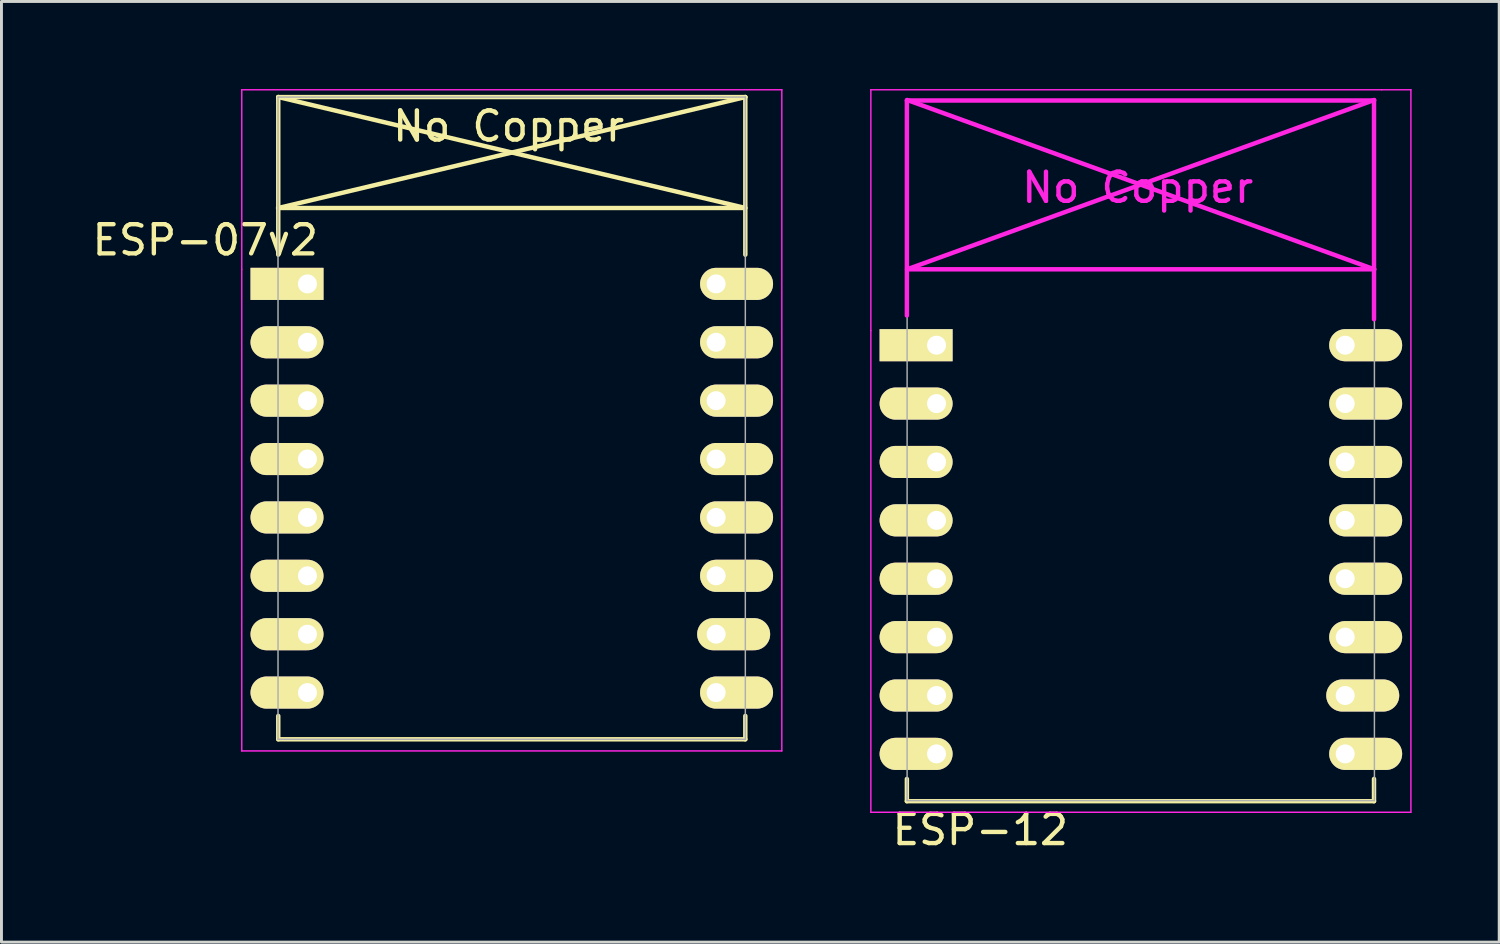
<source format=kicad_pcb>
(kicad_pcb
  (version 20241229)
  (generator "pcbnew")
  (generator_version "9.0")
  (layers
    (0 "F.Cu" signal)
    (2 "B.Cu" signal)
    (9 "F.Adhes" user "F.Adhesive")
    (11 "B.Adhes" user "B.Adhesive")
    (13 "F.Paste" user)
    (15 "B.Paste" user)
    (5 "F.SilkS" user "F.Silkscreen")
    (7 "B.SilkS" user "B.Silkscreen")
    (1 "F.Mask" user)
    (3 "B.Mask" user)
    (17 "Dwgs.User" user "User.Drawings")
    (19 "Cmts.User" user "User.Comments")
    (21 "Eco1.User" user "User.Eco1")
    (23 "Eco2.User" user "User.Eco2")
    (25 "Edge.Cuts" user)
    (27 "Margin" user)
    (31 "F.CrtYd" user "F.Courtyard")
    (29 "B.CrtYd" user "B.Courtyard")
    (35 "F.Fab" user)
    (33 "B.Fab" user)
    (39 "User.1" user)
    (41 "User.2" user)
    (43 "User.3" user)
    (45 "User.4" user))
  (footprint "ESP-12"
    (layer "F.Cu")
    (at 29.032 8.775)
    (property "Reference" "ESP-12" (at 1.5 16.6 0) (layer "F.SilkS") (effects (font (size 1 1) (thickness 0.15))))
    (attr through_hole)
    (fp_line (start -1.016 14.859) (end -1.016 15.621) (stroke (width 0.152) (type solid)) (layer "F.SilkS"))
    (fp_line (start -1.016 15.621) (end 14.986 15.621) (stroke (width 0.152) (type solid)) (layer "F.SilkS"))
    (fp_line (start 14.986 15.621) (end 14.986 14.859) (stroke (width 0.152) (type solid)) (layer "F.SilkS"))
    (fp_line (start -2.25 -8.75) (end 15.25 -8.75) (stroke (width 0.05) (type solid)) (layer "F.CrtYd"))
    (fp_line (start -2.25 -0.5) (end -2.25 -8.75) (stroke (width 0.05) (type solid)) (layer "F.CrtYd"))
    (fp_line (start -2.25 16) (end -2.25 -0.5) (stroke (width 0.05) (type solid)) (layer "F.CrtYd"))
    (fp_line (start -1.016 -8.382) (end -1.016 -1.016) (stroke (width 0.152) (type solid)) (layer "F.CrtYd"))
    (fp_line (start -1.016 -8.382) (end 14.986 -8.382) (stroke (width 0.152) (type solid)) (layer "F.CrtYd"))
    (fp_line (start -1.008 -8.4) (end 14.992 -2.6) (stroke (width 0.152) (type solid)) (layer "F.CrtYd"))
    (fp_line (start -1.008 -2.6) (end 14.992 -2.6) (stroke (width 0.152) (type solid)) (layer "F.CrtYd"))
    (fp_line (start 14.986 -8.382) (end 14.986 -0.889) (stroke (width 0.152) (type solid)) (layer "F.CrtYd"))
    (fp_line (start 14.992 -8.4) (end -1.008 -2.6) (stroke (width 0.152) (type solid)) (layer "F.CrtYd"))
    (fp_line (start 15.25 -8.75) (end 16.25 -8.75) (stroke (width 0.05) (type solid)) (layer "F.CrtYd"))
    (fp_line (start 16.25 -8.75) (end 16.25 16) (stroke (width 0.05) (type solid)) (layer "F.CrtYd"))
    (fp_line (start 16.25 16) (end -2.25 16) (stroke (width 0.05) (type solid)) (layer "F.CrtYd"))
    (fp_line (start -1.008 -8.4) (end 14.992 -8.4) (stroke (width 0.05) (type solid)) (layer "F.Fab"))
    (fp_line (start -1.008 15.6) (end -1.008 -8.4) (stroke (width 0.05) (type solid)) (layer "F.Fab"))
    (fp_line (start 14.992 15.6) (end -1.008 15.6) (stroke (width 0.05) (type solid)) (layer "F.Fab"))
    (fp_line (start 15 -8.4) (end 15 15.6) (stroke (width 0.05) (type solid)) (layer "F.Fab"))
    (fp_text user "No Copper" (at 6.892 -5.4 0) (layer "F.CrtYd") (effects (font (size 1 1) (thickness 0.15))))
    (pad "1" thru_hole rect (at 0 0) (size 2.5 1.1) (drill 0.65 (offset -0.7 0)) (layers "*.Cu" "*.Mask" "F.SilkS"))
    (pad "2" thru_hole oval (at 0 2) (size 2.5 1.1) (drill 0.65 (offset -0.7 0)) (layers "*.Cu" "*.Mask" "F.SilkS"))
    (pad "3" thru_hole oval (at 0 4) (size 2.5 1.1) (drill 0.65 (offset -0.7 0)) (layers "*.Cu" "*.Mask" "F.SilkS"))
    (pad "4" thru_hole oval (at 0 6) (size 2.5 1.1) (drill 0.65 (offset -0.7 0)) (layers "*.Cu" "*.Mask" "F.SilkS"))
    (pad "5" thru_hole oval (at 0 8) (size 2.5 1.1) (drill 0.65 (offset -0.7 0)) (layers "*.Cu" "*.Mask" "F.SilkS"))
    (pad "6" thru_hole oval (at 0 10) (size 2.5 1.1) (drill 0.65 (offset -0.7 0)) (layers "*.Cu" "*.Mask" "F.SilkS"))
    (pad "7" thru_hole oval (at 0 12) (size 2.5 1.1) (drill 0.65 (offset -0.7 0)) (layers "*.Cu" "*.Mask" "F.SilkS"))
    (pad "8" thru_hole oval (at 0 14) (size 2.5 1.1) (drill 0.65 (offset -0.7 0)) (layers "*.Cu" "*.Mask" "F.SilkS"))
    (pad "9" thru_hole oval (at 14 14) (size 2.5 1.1) (drill 0.65 (offset 0.7 0)) (layers "*.Cu" "*.Mask" "F.SilkS"))
    (pad "10" thru_hole oval (at 14 12) (size 2.5 1.1) (drill 0.65 (offset 0.6 0)) (layers "*.Cu" "*.Mask" "F.SilkS"))
    (pad "11" thru_hole oval (at 14 10) (size 2.5 1.1) (drill 0.65 (offset 0.7 0)) (layers "*.Cu" "*.Mask" "F.SilkS"))
    (pad "12" thru_hole oval (at 14 8) (size 2.5 1.1) (drill 0.65 (offset 0.7 0)) (layers "*.Cu" "*.Mask" "F.SilkS"))
    (pad "13" thru_hole oval (at 14 6) (size 2.5 1.1) (drill 0.65 (offset 0.7 0)) (layers "*.Cu" "*.Mask" "F.SilkS"))
    (pad "14" thru_hole oval (at 14 4) (size 2.5 1.1) (drill 0.65 (offset 0.7 0)) (layers "*.Cu" "*.Mask" "F.SilkS"))
    (pad "15" thru_hole oval (at 14 2) (size 2.5 1.1) (drill 0.65 (offset 0.7 0)) (layers "*.Cu" "*.Mask" "F.SilkS"))
    (pad "16" thru_hole oval (at 14 0) (size 2.5 1.1) (drill 0.65 (offset 0.7 0)) (layers "*.Cu" "*.Mask" "F.SilkS")))
  (footprint "ESP-07v2"
    (layer "F.Cu")
    (at 7.482 6.675)
    (property "Reference" "ESP-07v2" (at -3.5 -1.5 0) (layer "F.SilkS") (effects (font (size 1 1) (thickness 0.15))))
    (attr through_hole)
    (fp_line (start -1.008 -2.6) (end 14.992 -2.6) (stroke (width 0.152) (type solid)) (layer "F.SilkS"))
    (fp_line (start -1 -6.4) (end -1 -1) (stroke (width 0.152) (type solid)) (layer "F.SilkS"))
    (fp_line (start -1 -6.4) (end 15 -6.4) (stroke (width 0.152) (type solid)) (layer "F.SilkS"))
    (fp_line (start -1 -6.4) (end 15 -2.6) (stroke (width 0.152) (type solid)) (layer "F.SilkS"))
    (fp_line (start -1 14.8) (end -1 15.6) (stroke (width 0.152) (type solid)) (layer "F.SilkS"))
    (fp_line (start -1 15.6) (end 15 15.6) (stroke (width 0.152) (type solid)) (layer "F.SilkS"))
    (fp_line (start 15 -6.4) (end -1 -2.6) (stroke (width 0.152) (type solid)) (layer "F.SilkS"))
    (fp_line (start 15 -6.4) (end 15 -1) (stroke (width 0.152) (type solid)) (layer "F.SilkS"))
    (fp_line (start 15 15.6) (end 15 14.8) (stroke (width 0.152) (type solid)) (layer "F.SilkS"))
    (fp_line (start -2.25 -6.65) (end 16.25 -6.65) (stroke (width 0.05) (type solid)) (layer "F.CrtYd"))
    (fp_line (start -2.25 -0.5) (end -2.25 -6.65) (stroke (width 0.05) (type solid)) (layer "F.CrtYd"))
    (fp_line (start -2.25 16) (end -2.25 -0.5) (stroke (width 0.05) (type solid)) (layer "F.CrtYd"))
    (fp_line (start 16.25 -6.65) (end 16.25 16) (stroke (width 0.05) (type solid)) (layer "F.CrtYd"))
    (fp_line (start 16.25 16) (end -2.25 16) (stroke (width 0.05) (type solid)) (layer "F.CrtYd"))
    (fp_line (start -1.008 15.6) (end -1.008 -6.4) (stroke (width 0.05) (type solid)) (layer "F.Fab"))
    (fp_line (start -1 -6.4) (end 15 -6.4) (stroke (width 0.05) (type solid)) (layer "F.Fab"))
    (fp_line (start 15 -6.4) (end 15 15.6) (stroke (width 0.05) (type solid)) (layer "F.Fab"))
    (fp_line (start 15 15.6) (end -1 15.6) (stroke (width 0.05) (type solid)) (layer "F.Fab"))
    (fp_text user "No Copper" (at 6.892 -5.4 0) (layer "F.SilkS") (effects (font (size 1 1) (thickness 0.15))))
    (pad "1" thru_hole rect (at 0 0) (size 2.5 1.1) (drill 0.65 (offset -0.7 0)) (layers "*.Cu" "*.Mask" "F.SilkS" "F.Paste"))
    (pad "2" thru_hole oval (at 0 2) (size 2.5 1.1) (drill 0.65 (offset -0.7 0)) (layers "*.Cu" "*.Mask" "F.SilkS" "F.Paste"))
    (pad "3" thru_hole oval (at 0 4) (size 2.5 1.1) (drill 0.65 (offset -0.7 0)) (layers "*.Cu" "*.Mask" "F.SilkS" "F.Paste"))
    (pad "4" thru_hole oval (at 0 6) (size 2.5 1.1) (drill 0.65 (offset -0.7 0)) (layers "*.Cu" "*.Mask" "F.SilkS" "F.Paste"))
    (pad "5" thru_hole oval (at 0 8) (size 2.5 1.1) (drill 0.65 (offset -0.7 0)) (layers "*.Cu" "*.Mask" "F.SilkS" "F.Paste"))
    (pad "6" thru_hole oval (at 0 10) (size 2.5 1.1) (drill 0.65 (offset -0.7 0)) (layers "*.Cu" "*.Mask" "F.SilkS" "F.Paste"))
    (pad "7" thru_hole oval (at 0 12) (size 2.5 1.1) (drill 0.65 (offset -0.7 0)) (layers "*.Cu" "*.Mask" "F.SilkS" "F.Paste"))
    (pad "8" thru_hole oval (at 0 14) (size 2.5 1.1) (drill 0.65 (offset -0.7 0)) (layers "*.Cu" "*.Mask" "F.SilkS" "F.Paste"))
    (pad "9" thru_hole oval (at 14 14) (size 2.5 1.1) (drill 0.65 (offset 0.7 0)) (layers "*.Cu" "*.Mask" "F.SilkS" "F.Paste"))
    (pad "10" thru_hole oval (at 14 12) (size 2.5 1.1) (drill 0.65 (offset 0.6 0)) (layers "*.Cu" "*.Mask" "F.SilkS" "F.Paste"))
    (pad "11" thru_hole oval (at 14 10) (size 2.5 1.1) (drill 0.65 (offset 0.7 0)) (layers "*.Cu" "*.Mask" "F.SilkS" "F.Paste"))
    (pad "12" thru_hole oval (at 14 8) (size 2.5 1.1) (drill 0.65 (offset 0.7 0)) (layers "*.Cu" "*.Mask" "F.SilkS" "F.Paste"))
    (pad "13" thru_hole oval (at 14 6) (size 2.5 1.1) (drill 0.65 (offset 0.7 0)) (layers "*.Cu" "*.Mask" "F.SilkS" "F.Paste"))
    (pad "14" thru_hole oval (at 14 4) (size 2.5 1.1) (drill 0.65 (offset 0.7 0)) (layers "*.Cu" "*.Mask" "F.SilkS" "F.Paste"))
    (pad "15" thru_hole oval (at 14 2) (size 2.5 1.1) (drill 0.65 (offset 0.7 0)) (layers "*.Cu" "*.Mask" "F.SilkS" "F.Paste"))
    (pad "16" thru_hole oval (at 14 0) (size 2.5 1.1) (drill 0.65 (offset 0.7 0)) (layers "*.Cu" "*.Mask" "F.SilkS" "F.Paste")))
  (gr_rect
    (start -3 -3)
    (end 48.307 29.223)
    (stroke (width 0.1) (type default))
    (fill no)
    (layer "Edge.Cuts")))
</source>
